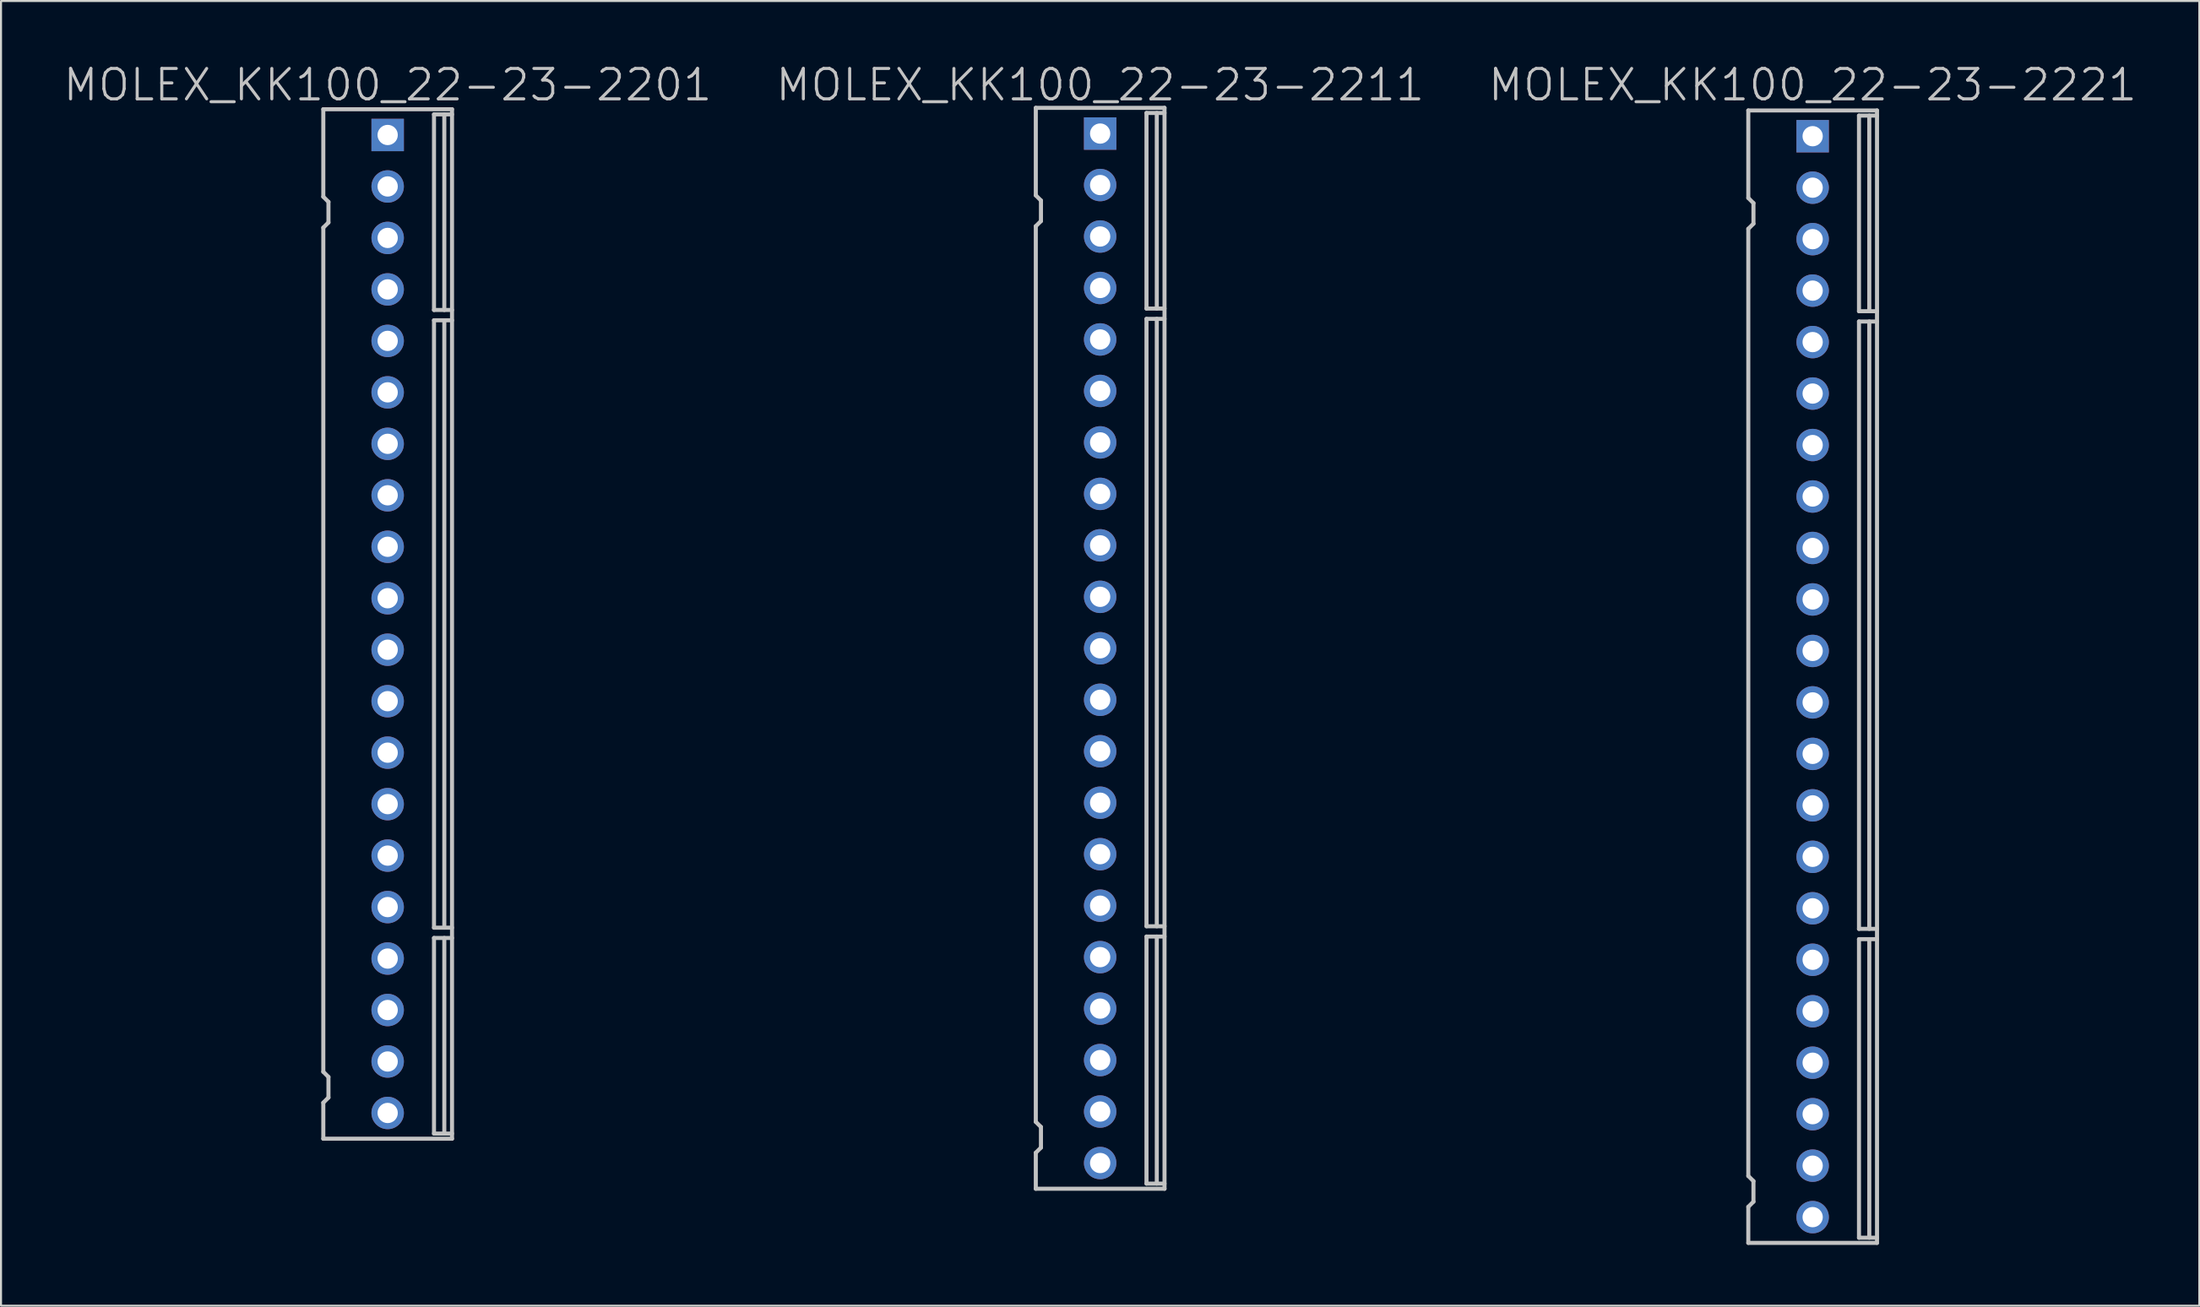
<source format=kicad_pcb>
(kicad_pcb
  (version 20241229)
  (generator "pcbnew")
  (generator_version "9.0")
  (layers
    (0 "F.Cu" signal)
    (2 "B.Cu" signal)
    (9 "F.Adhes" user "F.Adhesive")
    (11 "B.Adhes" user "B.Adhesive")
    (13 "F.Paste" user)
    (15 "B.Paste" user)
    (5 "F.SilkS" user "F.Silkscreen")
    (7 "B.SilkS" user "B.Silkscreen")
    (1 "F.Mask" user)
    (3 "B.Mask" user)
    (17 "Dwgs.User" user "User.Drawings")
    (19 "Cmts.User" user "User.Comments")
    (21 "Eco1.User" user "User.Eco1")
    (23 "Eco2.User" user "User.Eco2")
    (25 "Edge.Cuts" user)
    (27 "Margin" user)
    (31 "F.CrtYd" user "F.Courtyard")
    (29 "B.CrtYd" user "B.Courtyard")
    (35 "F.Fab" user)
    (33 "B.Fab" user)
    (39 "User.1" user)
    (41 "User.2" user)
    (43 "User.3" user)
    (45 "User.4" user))
  (footprint "MOLEX_KK100_22-23-2201"
    (layer "F.Cu")
    (at 16.075 27.741)
    (property "Reference" "MOLEX_KK100_22-23-2201" (at 0 -26.6 180) (layer "Dwgs.User") (effects (font (size 1.5 1.5) (thickness 0.15))))
    (attr through_hole)
    (fp_line (start -3.175 -25.4) (end 3.175 -25.4) (stroke (width 0.2) (type solid)) (layer "Dwgs.User"))
    (fp_line (start -3.175 -21.082) (end -3.175 -25.4) (stroke (width 0.2) (type solid)) (layer "Dwgs.User"))
    (fp_line (start -3.175 -19.558) (end -3.175 22.098) (stroke (width 0.2) (type solid)) (layer "Dwgs.User"))
    (fp_line (start -3.175 23.622) (end -3.175 25.4) (stroke (width 0.2) (type solid)) (layer "Dwgs.User"))
    (fp_line (start -2.921 -20.828) (end -3.175 -21.082) (stroke (width 0.2) (type solid)) (layer "Dwgs.User"))
    (fp_line (start -2.921 -20.828) (end -2.921 -19.812) (stroke (width 0.2) (type solid)) (layer "Dwgs.User"))
    (fp_line (start -2.921 -19.812) (end -3.175 -19.558) (stroke (width 0.2) (type solid)) (layer "Dwgs.User"))
    (fp_line (start -2.921 22.352) (end -3.175 22.098) (stroke (width 0.2) (type solid)) (layer "Dwgs.User"))
    (fp_line (start -2.921 22.352) (end -2.921 23.368) (stroke (width 0.2) (type solid)) (layer "Dwgs.User"))
    (fp_line (start -2.921 23.368) (end -3.175 23.622) (stroke (width 0.2) (type solid)) (layer "Dwgs.User"))
    (fp_line (start 2.286 -25.146) (end 3.175 -25.146) (stroke (width 0.2) (type solid)) (layer "Dwgs.User"))
    (fp_line (start 2.286 -15.494) (end 2.286 -25.146) (stroke (width 0.2) (type solid)) (layer "Dwgs.User"))
    (fp_line (start 2.286 -15.494) (end 3.175 -15.494) (stroke (width 0.2) (type solid)) (layer "Dwgs.User"))
    (fp_line (start 2.286 -14.986) (end 2.286 14.986) (stroke (width 0.2) (type solid)) (layer "Dwgs.User"))
    (fp_line (start 2.286 -14.986) (end 3.175 -14.986) (stroke (width 0.2) (type solid)) (layer "Dwgs.User"))
    (fp_line (start 2.286 14.986) (end 3.175 14.986) (stroke (width 0.2) (type solid)) (layer "Dwgs.User"))
    (fp_line (start 2.286 15.494) (end 2.286 25.146) (stroke (width 0.2) (type solid)) (layer "Dwgs.User"))
    (fp_line (start 2.286 15.494) (end 3.175 15.494) (stroke (width 0.2) (type solid)) (layer "Dwgs.User"))
    (fp_line (start 2.286 25.146) (end 3.175 25.146) (stroke (width 0.2) (type solid)) (layer "Dwgs.User"))
    (fp_line (start 2.794 -15.494) (end 2.794 -25.146) (stroke (width 0.2) (type solid)) (layer "Dwgs.User"))
    (fp_line (start 2.794 14.986) (end 2.794 -14.986) (stroke (width 0.2) (type solid)) (layer "Dwgs.User"))
    (fp_line (start 2.794 15.494) (end 2.794 25.146) (stroke (width 0.2) (type solid)) (layer "Dwgs.User"))
    (fp_line (start 3.175 25.4) (end -3.175 25.4) (stroke (width 0.2) (type solid)) (layer "Dwgs.User"))
    (fp_line (start 3.175 25.4) (end 3.175 -25.4) (stroke (width 0.2) (type solid)) (layer "Dwgs.User"))
    (pad "1" thru_hole rect (at 0 -24.13) (size 1.6 1.6) (drill 1) (layers "*.Cu" "*.Mask"))
    (pad "2" thru_hole circle (at 0 -21.59) (size 1.6 1.6) (drill 1) (layers "*.Cu" "*.Mask"))
    (pad "3" thru_hole circle (at 0 -19.05) (size 1.6 1.6) (drill 1) (layers "*.Cu" "*.Mask"))
    (pad "4" thru_hole circle (at 0 -16.51) (size 1.6 1.6) (drill 1) (layers "*.Cu" "*.Mask"))
    (pad "5" thru_hole circle (at 0 -13.97) (size 1.6 1.6) (drill 1) (layers "*.Cu" "*.Mask"))
    (pad "6" thru_hole circle (at 0 -11.43) (size 1.6 1.6) (drill 1) (layers "*.Cu" "*.Mask"))
    (pad "7" thru_hole circle (at 0 -8.89) (size 1.6 1.6) (drill 1) (layers "*.Cu" "*.Mask"))
    (pad "8" thru_hole circle (at 0 -6.35) (size 1.6 1.6) (drill 1) (layers "*.Cu" "*.Mask"))
    (pad "9" thru_hole circle (at 0 -3.81) (size 1.6 1.6) (drill 1) (layers "*.Cu" "*.Mask"))
    (pad "10" thru_hole circle (at 0 -1.27) (size 1.6 1.6) (drill 1) (layers "*.Cu" "*.Mask"))
    (pad "11" thru_hole circle (at 0 1.27) (size 1.6 1.6) (drill 1) (layers "*.Cu" "*.Mask"))
    (pad "12" thru_hole circle (at 0 3.81) (size 1.6 1.6) (drill 1) (layers "*.Cu" "*.Mask"))
    (pad "13" thru_hole circle (at 0 6.35) (size 1.6 1.6) (drill 1) (layers "*.Cu" "*.Mask"))
    (pad "14" thru_hole circle (at 0 8.89) (size 1.6 1.6) (drill 1) (layers "*.Cu" "*.Mask"))
    (pad "15" thru_hole circle (at 0 11.43) (size 1.6 1.6) (drill 1) (layers "*.Cu" "*.Mask"))
    (pad "16" thru_hole circle (at 0 13.97) (size 1.6 1.6) (drill 1) (layers "*.Cu" "*.Mask"))
    (pad "17" thru_hole circle (at 0 16.51) (size 1.6 1.6) (drill 1) (layers "*.Cu" "*.Mask"))
    (pad "18" thru_hole circle (at 0 19.05) (size 1.6 1.6) (drill 1) (layers "*.Cu" "*.Mask"))
    (pad "19" thru_hole circle (at 0 21.59) (size 1.6 1.6) (drill 1) (layers "*.Cu" "*.Mask"))
    (pad "20" thru_hole circle (at 0 24.13) (size 1.6 1.6) (drill 1) (layers "*.Cu" "*.Mask")))
  (footprint "MOLEX_KK100_22-23-2221"
    (layer "F.Cu")
    (at 86.375 30.341)
    (property "Reference" "MOLEX_KK100_22-23-2221" (at 0 -29.2 180) (layer "Dwgs.User") (effects (font (size 1.5 1.5) (thickness 0.15))))
    (attr through_hole)
    (fp_line (start -3.175 -27.94) (end 3.175 -27.94) (stroke (width 0.2) (type solid)) (layer "Dwgs.User"))
    (fp_line (start -3.175 -23.622) (end -3.175 -27.94) (stroke (width 0.2) (type solid)) (layer "Dwgs.User"))
    (fp_line (start -3.175 -22.098) (end -3.175 24.638) (stroke (width 0.2) (type solid)) (layer "Dwgs.User"))
    (fp_line (start -3.175 26.162) (end -3.175 27.94) (stroke (width 0.2) (type solid)) (layer "Dwgs.User"))
    (fp_line (start -2.921 -23.368) (end -3.175 -23.622) (stroke (width 0.2) (type solid)) (layer "Dwgs.User"))
    (fp_line (start -2.921 -23.368) (end -2.921 -22.352) (stroke (width 0.2) (type solid)) (layer "Dwgs.User"))
    (fp_line (start -2.921 -22.352) (end -3.175 -22.098) (stroke (width 0.2) (type solid)) (layer "Dwgs.User"))
    (fp_line (start -2.921 24.892) (end -3.175 24.638) (stroke (width 0.2) (type solid)) (layer "Dwgs.User"))
    (fp_line (start -2.921 24.892) (end -2.921 25.908) (stroke (width 0.2) (type solid)) (layer "Dwgs.User"))
    (fp_line (start -2.921 25.908) (end -3.175 26.162) (stroke (width 0.2) (type solid)) (layer "Dwgs.User"))
    (fp_line (start 2.286 -27.686) (end 3.175 -27.686) (stroke (width 0.2) (type solid)) (layer "Dwgs.User"))
    (fp_line (start 2.286 -18.034) (end 2.286 -27.686) (stroke (width 0.2) (type solid)) (layer "Dwgs.User"))
    (fp_line (start 2.286 -18.034) (end 3.175 -18.034) (stroke (width 0.2) (type solid)) (layer "Dwgs.User"))
    (fp_line (start 2.286 -17.526) (end 2.286 12.446) (stroke (width 0.2) (type solid)) (layer "Dwgs.User"))
    (fp_line (start 2.286 -17.526) (end 3.175 -17.526) (stroke (width 0.2) (type solid)) (layer "Dwgs.User"))
    (fp_line (start 2.286 12.446) (end 3.175 12.446) (stroke (width 0.2) (type solid)) (layer "Dwgs.User"))
    (fp_line (start 2.286 12.954) (end 2.286 27.686) (stroke (width 0.2) (type solid)) (layer "Dwgs.User"))
    (fp_line (start 2.286 12.954) (end 3.175 12.954) (stroke (width 0.2) (type solid)) (layer "Dwgs.User"))
    (fp_line (start 2.286 27.686) (end 3.175 27.686) (stroke (width 0.2) (type solid)) (layer "Dwgs.User"))
    (fp_line (start 2.794 -18.034) (end 2.794 -27.686) (stroke (width 0.2) (type solid)) (layer "Dwgs.User"))
    (fp_line (start 2.794 12.446) (end 2.794 -17.526) (stroke (width 0.2) (type solid)) (layer "Dwgs.User"))
    (fp_line (start 2.794 12.954) (end 2.794 27.686) (stroke (width 0.2) (type solid)) (layer "Dwgs.User"))
    (fp_line (start 3.175 27.94) (end -3.175 27.94) (stroke (width 0.2) (type solid)) (layer "Dwgs.User"))
    (fp_line (start 3.175 27.94) (end 3.175 -27.94) (stroke (width 0.2) (type solid)) (layer "Dwgs.User"))
    (pad "1" thru_hole rect (at 0 -26.67) (size 1.6 1.6) (drill 1) (layers "*.Cu" "*.Mask"))
    (pad "2" thru_hole circle (at 0 -24.13) (size 1.6 1.6) (drill 1) (layers "*.Cu" "*.Mask"))
    (pad "3" thru_hole circle (at 0 -21.59) (size 1.6 1.6) (drill 1) (layers "*.Cu" "*.Mask"))
    (pad "4" thru_hole circle (at 0 -19.05) (size 1.6 1.6) (drill 1) (layers "*.Cu" "*.Mask"))
    (pad "5" thru_hole circle (at 0 -16.51) (size 1.6 1.6) (drill 1) (layers "*.Cu" "*.Mask"))
    (pad "6" thru_hole circle (at 0 -13.97) (size 1.6 1.6) (drill 1) (layers "*.Cu" "*.Mask"))
    (pad "7" thru_hole circle (at 0 -11.43) (size 1.6 1.6) (drill 1) (layers "*.Cu" "*.Mask"))
    (pad "8" thru_hole circle (at 0 -8.89) (size 1.6 1.6) (drill 1) (layers "*.Cu" "*.Mask"))
    (pad "9" thru_hole circle (at 0 -6.35) (size 1.6 1.6) (drill 1) (layers "*.Cu" "*.Mask"))
    (pad "10" thru_hole circle (at 0 -3.81) (size 1.6 1.6) (drill 1) (layers "*.Cu" "*.Mask"))
    (pad "11" thru_hole circle (at 0 -1.27) (size 1.6 1.6) (drill 1) (layers "*.Cu" "*.Mask"))
    (pad "12" thru_hole circle (at 0 1.27) (size 1.6 1.6) (drill 1) (layers "*.Cu" "*.Mask"))
    (pad "13" thru_hole circle (at 0 3.81) (size 1.6 1.6) (drill 1) (layers "*.Cu" "*.Mask"))
    (pad "14" thru_hole circle (at 0 6.35) (size 1.6 1.6) (drill 1) (layers "*.Cu" "*.Mask"))
    (pad "15" thru_hole circle (at 0 8.89) (size 1.6 1.6) (drill 1) (layers "*.Cu" "*.Mask"))
    (pad "16" thru_hole circle (at 0 11.43) (size 1.6 1.6) (drill 1) (layers "*.Cu" "*.Mask"))
    (pad "17" thru_hole circle (at 0 13.97) (size 1.6 1.6) (drill 1) (layers "*.Cu" "*.Mask"))
    (pad "18" thru_hole circle (at 0 16.51) (size 1.6 1.6) (drill 1) (layers "*.Cu" "*.Mask"))
    (pad "19" thru_hole circle (at 0 19.05) (size 1.6 1.6) (drill 1) (layers "*.Cu" "*.Mask"))
    (pad "20" thru_hole circle (at 0 21.59) (size 1.6 1.6) (drill 1) (layers "*.Cu" "*.Mask"))
    (pad "21" thru_hole circle (at 0 24.13) (size 1.6 1.6) (drill 1) (layers "*.Cu" "*.Mask"))
    (pad "22" thru_hole circle (at 0 26.67) (size 1.6 1.6) (drill 1) (layers "*.Cu" "*.Mask")))
  (footprint "MOLEX_KK100_22-23-2211"
    (layer "F.Cu")
    (at 51.225 28.941)
    (property "Reference" "MOLEX_KK100_22-23-2211" (at 0 -27.8 180) (layer "Dwgs.User") (effects (font (size 1.5 1.5) (thickness 0.15))))
    (attr through_hole)
    (fp_line (start -3.175 -26.67) (end 3.175 -26.67) (stroke (width 0.2) (type solid)) (layer "Dwgs.User"))
    (fp_line (start -3.175 -22.352) (end -3.175 -26.67) (stroke (width 0.2) (type solid)) (layer "Dwgs.User"))
    (fp_line (start -3.175 -20.828) (end -3.175 23.368) (stroke (width 0.2) (type solid)) (layer "Dwgs.User"))
    (fp_line (start -3.175 24.892) (end -3.175 26.67) (stroke (width 0.2) (type solid)) (layer "Dwgs.User"))
    (fp_line (start -2.921 -22.098) (end -3.175 -22.352) (stroke (width 0.2) (type solid)) (layer "Dwgs.User"))
    (fp_line (start -2.921 -22.098) (end -2.921 -21.082) (stroke (width 0.2) (type solid)) (layer "Dwgs.User"))
    (fp_line (start -2.921 -21.082) (end -3.175 -20.828) (stroke (width 0.2) (type solid)) (layer "Dwgs.User"))
    (fp_line (start -2.921 23.622) (end -3.175 23.368) (stroke (width 0.2) (type solid)) (layer "Dwgs.User"))
    (fp_line (start -2.921 23.622) (end -2.921 24.638) (stroke (width 0.2) (type solid)) (layer "Dwgs.User"))
    (fp_line (start -2.921 24.638) (end -3.175 24.892) (stroke (width 0.2) (type solid)) (layer "Dwgs.User"))
    (fp_line (start 2.286 -26.416) (end 3.175 -26.416) (stroke (width 0.2) (type solid)) (layer "Dwgs.User"))
    (fp_line (start 2.286 -16.764) (end 2.286 -26.416) (stroke (width 0.2) (type solid)) (layer "Dwgs.User"))
    (fp_line (start 2.286 -16.764) (end 3.175 -16.764) (stroke (width 0.2) (type solid)) (layer "Dwgs.User"))
    (fp_line (start 2.286 -16.256) (end 2.286 13.716) (stroke (width 0.2) (type solid)) (layer "Dwgs.User"))
    (fp_line (start 2.286 -16.256) (end 3.175 -16.256) (stroke (width 0.2) (type solid)) (layer "Dwgs.User"))
    (fp_line (start 2.286 13.716) (end 3.175 13.716) (stroke (width 0.2) (type solid)) (layer "Dwgs.User"))
    (fp_line (start 2.286 14.224) (end 3.175 14.224) (stroke (width 0.2) (type solid)) (layer "Dwgs.User"))
    (fp_line (start 2.286 26.416) (end 2.286 14.224) (stroke (width 0.2) (type solid)) (layer "Dwgs.User"))
    (fp_line (start 2.286 26.416) (end 3.175 26.416) (stroke (width 0.2) (type solid)) (layer "Dwgs.User"))
    (fp_line (start 2.794 -16.764) (end 2.794 -26.416) (stroke (width 0.2) (type solid)) (layer "Dwgs.User"))
    (fp_line (start 2.794 13.716) (end 2.794 -16.256) (stroke (width 0.2) (type solid)) (layer "Dwgs.User"))
    (fp_line (start 2.794 14.224) (end 2.794 26.416) (stroke (width 0.2) (type solid)) (layer "Dwgs.User"))
    (fp_line (start 3.175 26.67) (end -3.175 26.67) (stroke (width 0.2) (type solid)) (layer "Dwgs.User"))
    (fp_line (start 3.175 26.67) (end 3.175 -26.67) (stroke (width 0.2) (type solid)) (layer "Dwgs.User"))
    (pad "1" thru_hole rect (at 0 -25.4) (size 1.6 1.6) (drill 1) (layers "*.Cu" "*.Mask"))
    (pad "2" thru_hole circle (at 0 -22.86) (size 1.6 1.6) (drill 1) (layers "*.Cu" "*.Mask"))
    (pad "3" thru_hole circle (at 0 -20.32) (size 1.6 1.6) (drill 1) (layers "*.Cu" "*.Mask"))
    (pad "4" thru_hole circle (at 0 -17.78) (size 1.6 1.6) (drill 1) (layers "*.Cu" "*.Mask"))
    (pad "5" thru_hole circle (at 0 -15.24) (size 1.6 1.6) (drill 1) (layers "*.Cu" "*.Mask"))
    (pad "6" thru_hole circle (at 0 -12.7) (size 1.6 1.6) (drill 1) (layers "*.Cu" "*.Mask"))
    (pad "7" thru_hole circle (at 0 -10.16) (size 1.6 1.6) (drill 1) (layers "*.Cu" "*.Mask"))
    (pad "8" thru_hole circle (at 0 -7.62) (size 1.6 1.6) (drill 1) (layers "*.Cu" "*.Mask"))
    (pad "9" thru_hole circle (at 0 -5.08) (size 1.6 1.6) (drill 1) (layers "*.Cu" "*.Mask"))
    (pad "10" thru_hole circle (at 0 -2.54) (size 1.6 1.6) (drill 1) (layers "*.Cu" "*.Mask"))
    (pad "11" thru_hole circle (at 0 0) (size 1.6 1.6) (drill 1) (layers "*.Cu" "*.Mask"))
    (pad "12" thru_hole circle (at 0 2.54) (size 1.6 1.6) (drill 1) (layers "*.Cu" "*.Mask"))
    (pad "13" thru_hole circle (at 0 5.08) (size 1.6 1.6) (drill 1) (layers "*.Cu" "*.Mask"))
    (pad "14" thru_hole circle (at 0 7.62) (size 1.6 1.6) (drill 1) (layers "*.Cu" "*.Mask"))
    (pad "15" thru_hole circle (at 0 10.16) (size 1.6 1.6) (drill 1) (layers "*.Cu" "*.Mask"))
    (pad "16" thru_hole circle (at 0 12.7) (size 1.6 1.6) (drill 1) (layers "*.Cu" "*.Mask"))
    (pad "17" thru_hole circle (at 0 15.24) (size 1.6 1.6) (drill 1) (layers "*.Cu" "*.Mask"))
    (pad "18" thru_hole circle (at 0 17.78) (size 1.6 1.6) (drill 1) (layers "*.Cu" "*.Mask"))
    (pad "19" thru_hole circle (at 0 20.32) (size 1.6 1.6) (drill 1) (layers "*.Cu" "*.Mask"))
    (pad "20" thru_hole circle (at 0 22.86) (size 1.6 1.6) (drill 1) (layers "*.Cu" "*.Mask"))
    (pad "21" thru_hole circle (at 0 25.4) (size 1.6 1.6) (drill 1) (layers "*.Cu" "*.Mask")))
  (gr_rect
    (start -3 -3)
    (end 105.45 61.381)
    (stroke (width 0.1) (type default))
    (fill no)
    (layer "Edge.Cuts")))
</source>
